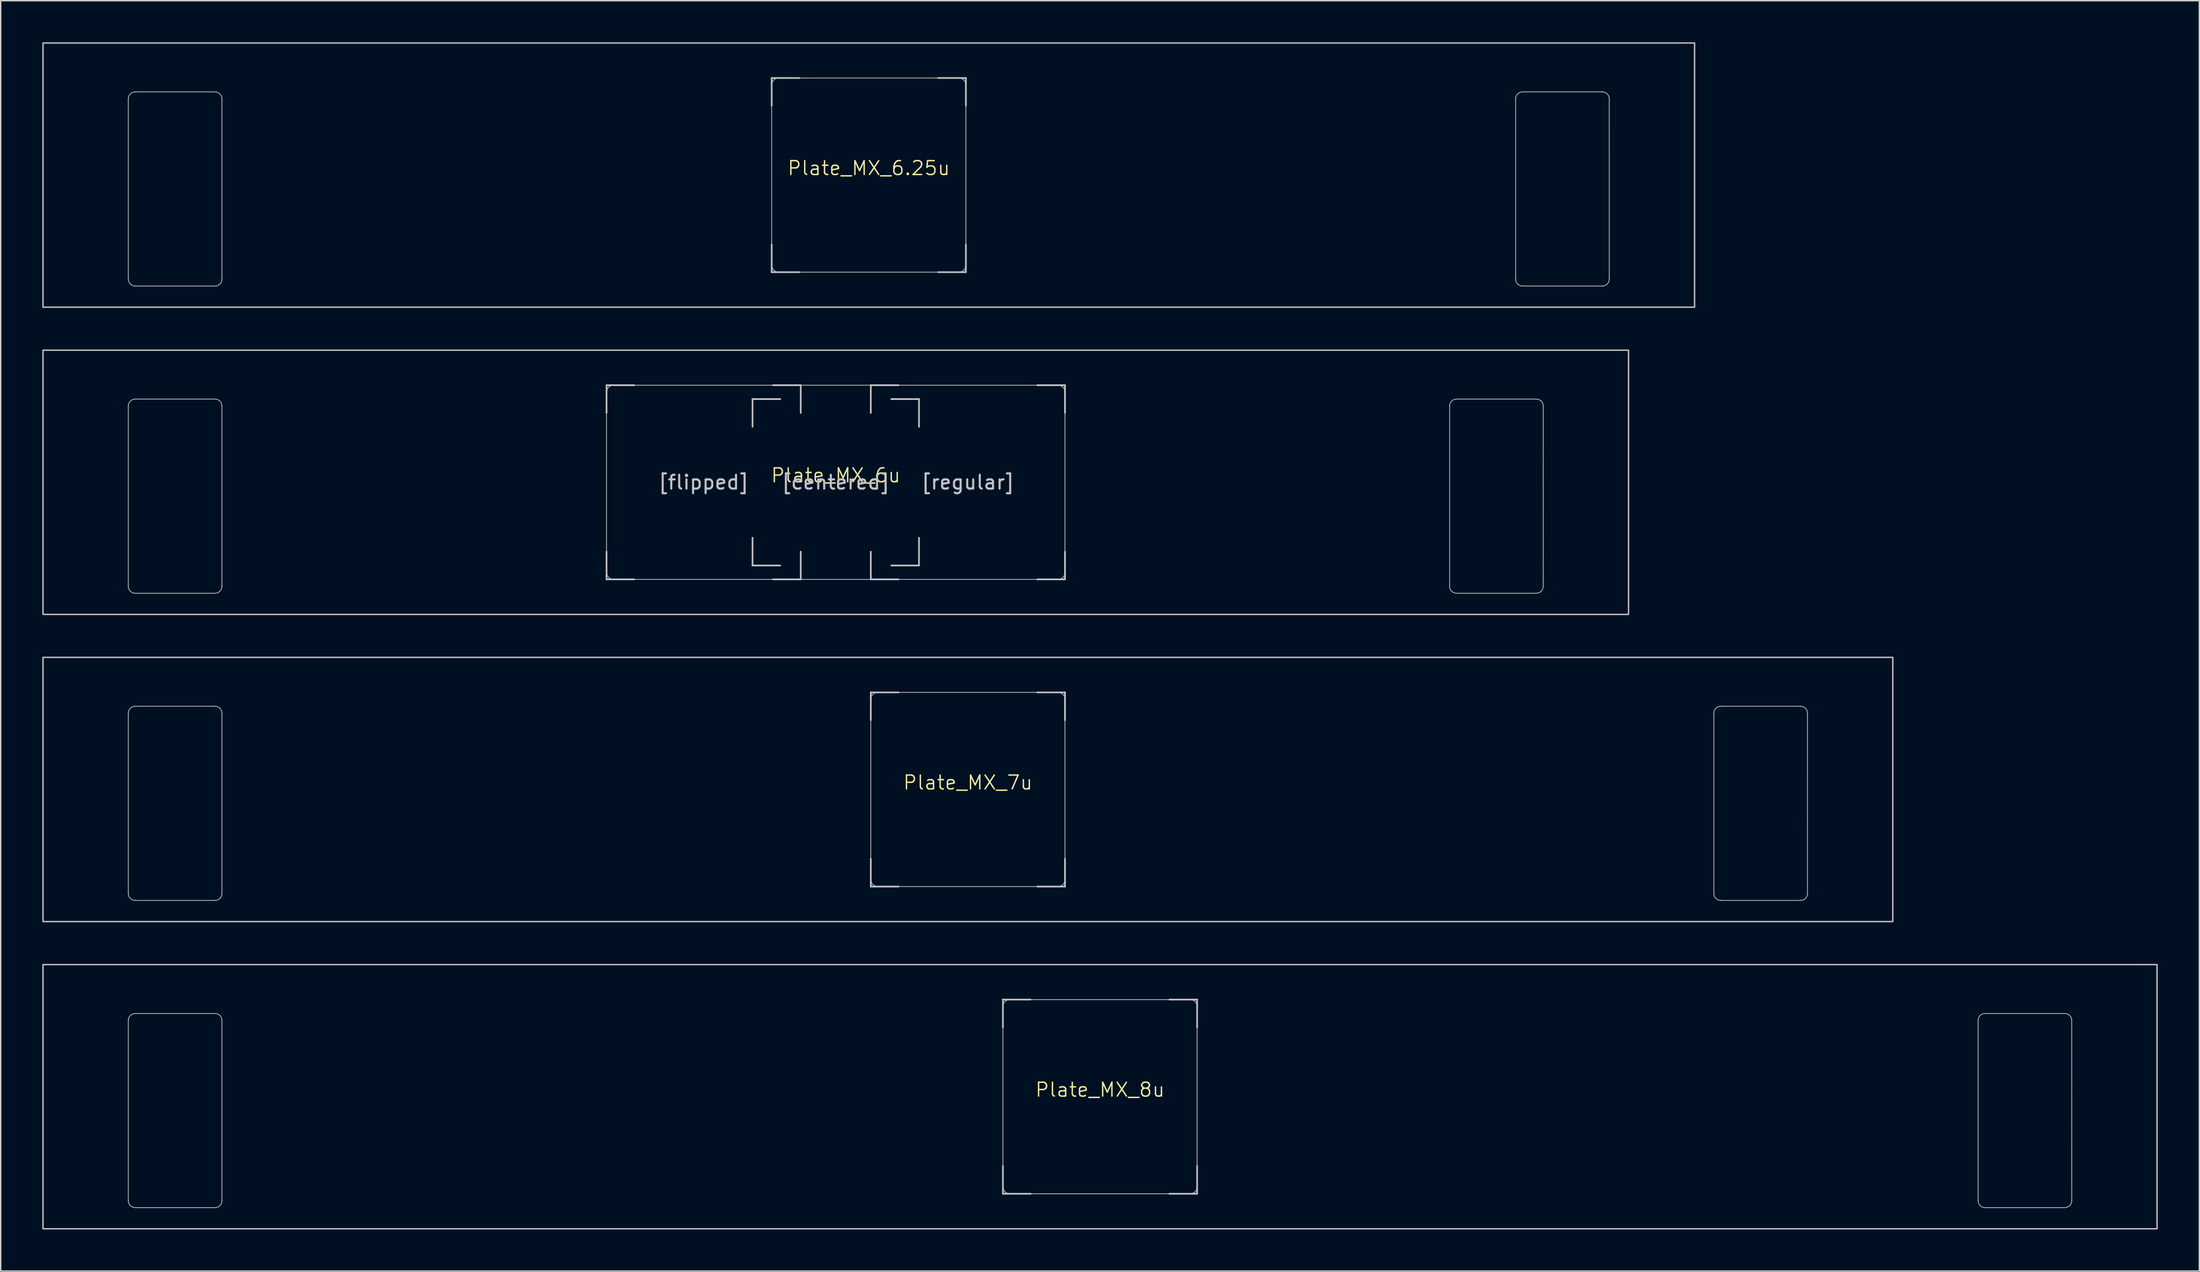
<source format=kicad_pcb>
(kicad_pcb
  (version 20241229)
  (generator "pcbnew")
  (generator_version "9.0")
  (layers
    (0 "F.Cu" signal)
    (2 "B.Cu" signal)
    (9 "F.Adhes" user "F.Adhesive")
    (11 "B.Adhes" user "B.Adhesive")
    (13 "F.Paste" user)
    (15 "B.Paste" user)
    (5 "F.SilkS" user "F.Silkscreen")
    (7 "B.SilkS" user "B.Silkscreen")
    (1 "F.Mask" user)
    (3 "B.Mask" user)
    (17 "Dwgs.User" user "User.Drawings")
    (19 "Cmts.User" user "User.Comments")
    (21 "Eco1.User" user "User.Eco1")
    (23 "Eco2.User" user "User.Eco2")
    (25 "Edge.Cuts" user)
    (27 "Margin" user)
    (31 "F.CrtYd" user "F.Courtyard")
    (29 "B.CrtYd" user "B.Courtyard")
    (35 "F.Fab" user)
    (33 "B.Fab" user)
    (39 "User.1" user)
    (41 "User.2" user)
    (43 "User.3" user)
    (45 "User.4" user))
  (footprint "Plate_MX_6u"
    (layer "F.Cu")
    (at 57.2 31.725)
    (property "Reference" "Plate_MX_6u" (at 0 -0.5 0) (unlocked yes) (layer "F.SilkS") (effects (font (size 1 1) (thickness 0.1))))
    (attr exclude_from_pos_files exclude_from_bom allow_missing_courtyard)
    (fp_line (start -16.525 -7) (end -14.525 -7) (stroke (width 0.12) (type solid)) (layer "Dwgs.User"))
    (fp_line (start -16.525 -5) (end -16.525 -7) (stroke (width 0.12) (type solid)) (layer "Dwgs.User"))
    (fp_line (start -16.525 7) (end -16.525 5) (stroke (width 0.12) (type solid)) (layer "Dwgs.User"))
    (fp_line (start -14.525 7) (end -16.525 7) (stroke (width 0.12) (type solid)) (layer "Dwgs.User"))
    (fp_line (start -6 -6) (end -4 -6) (stroke (width 0.12) (type solid)) (layer "Dwgs.User"))
    (fp_line (start -6 -4) (end -6 -6) (stroke (width 0.12) (type solid)) (layer "Dwgs.User"))
    (fp_line (start -6 6) (end -6 4) (stroke (width 0.12) (type solid)) (layer "Dwgs.User"))
    (fp_line (start -4.525 -7) (end -2.525 -7) (stroke (width 0.12) (type solid)) (layer "Dwgs.User"))
    (fp_line (start -4.525 7) (end -2.525 7) (stroke (width 0.12) (type solid)) (layer "Dwgs.User"))
    (fp_line (start -4 6) (end -6 6) (stroke (width 0.12) (type solid)) (layer "Dwgs.User"))
    (fp_line (start -2.525 -7) (end -2.525 -5) (stroke (width 0.12) (type solid)) (layer "Dwgs.User"))
    (fp_line (start -2.525 7) (end -2.525 5) (stroke (width 0.12) (type solid)) (layer "Dwgs.User"))
    (fp_line (start 2.525 -7) (end 4.525 -7) (stroke (width 0.12) (type solid)) (layer "Dwgs.User"))
    (fp_line (start 2.525 -5) (end 2.525 -7) (stroke (width 0.12) (type solid)) (layer "Dwgs.User"))
    (fp_line (start 2.525 7) (end 2.525 5) (stroke (width 0.12) (type solid)) (layer "Dwgs.User"))
    (fp_line (start 4 6) (end 6 6) (stroke (width 0.12) (type solid)) (layer "Dwgs.User"))
    (fp_line (start 4.525 7) (end 2.525 7) (stroke (width 0.12) (type solid)) (layer "Dwgs.User"))
    (fp_line (start 6 -6) (end 4 -6) (stroke (width 0.12) (type solid)) (layer "Dwgs.User"))
    (fp_line (start 6 -4) (end 6 -6) (stroke (width 0.12) (type solid)) (layer "Dwgs.User"))
    (fp_line (start 6 6) (end 6 4) (stroke (width 0.12) (type solid)) (layer "Dwgs.User"))
    (fp_line (start 14.525 -7) (end 16.525 -7) (stroke (width 0.12) (type solid)) (layer "Dwgs.User"))
    (fp_line (start 14.525 7) (end 16.525 7) (stroke (width 0.12) (type solid)) (layer "Dwgs.User"))
    (fp_line (start 16.525 -7) (end 16.525 -5) (stroke (width 0.12) (type solid)) (layer "Dwgs.User"))
    (fp_line (start 16.525 7) (end 16.525 5) (stroke (width 0.12) (type solid)) (layer "Dwgs.User"))
    (fp_rect (start -57.15 -9.525) (end 57.15 9.525) (stroke (width 0.1) (type solid)) (fill no) (layer "Dwgs.User"))
    (fp_line (start -51 -5.5) (end -51 7.5) (stroke (width 0.05) (type solid)) (layer "Edge.Cuts"))
    (fp_line (start -50.5 -6) (end -44.75 -6) (stroke (width 0.05) (type solid)) (layer "Edge.Cuts"))
    (fp_line (start -50.5 8) (end -44.75 8) (stroke (width 0.05) (type solid)) (layer "Edge.Cuts"))
    (fp_line (start -44.25 -5.5) (end -44.25 7.5) (stroke (width 0.05) (type solid)) (layer "Edge.Cuts"))
    (fp_line (start -16.525 -6.5) (end -16.525 6.5) (stroke (width 0.05) (type solid)) (layer "Edge.Cuts"))
    (fp_line (start -16.025 7) (end 16.025 7) (stroke (width 0.05) (type solid)) (layer "Edge.Cuts"))
    (fp_line (start 16.025 -7) (end -16.025 -7) (stroke (width 0.05) (type solid)) (layer "Edge.Cuts"))
    (fp_line (start 16.525 6.5) (end 16.525 -6.5) (stroke (width 0.05) (type solid)) (layer "Edge.Cuts"))
    (fp_line (start 44.251 -5.5) (end 44.251 7.5) (stroke (width 0.05) (type solid)) (layer "Edge.Cuts"))
    (fp_line (start 44.751 -6) (end 50.499 -6) (stroke (width 0.05) (type solid)) (layer "Edge.Cuts"))
    (fp_line (start 44.751 8) (end 50.501 8) (stroke (width 0.05) (type solid)) (layer "Edge.Cuts"))
    (fp_line (start 50.999 -5.5) (end 51.001 7.5) (stroke (width 0.05) (type solid)) (layer "Edge.Cuts"))
    (fp_arc (start -51 -5.499999) (mid -50.853553 -5.853552) (end -50.5 -5.999999) (stroke (width 0.05) (type solid)) (layer "Edge.Cuts"))
    (fp_arc (start -50.5 8.000001) (mid -50.853553 7.853554) (end -51 7.500001) (stroke (width 0.05) (type solid)) (layer "Edge.Cuts"))
    (fp_arc (start -44.75 -5.999999) (mid -44.396447 -5.853552) (end -44.25 -5.499999) (stroke (width 0.05) (type solid)) (layer "Edge.Cuts"))
    (fp_arc (start -44.25 7.500001) (mid -44.396447 7.853554) (end -44.75 8.000001) (stroke (width 0.05) (type solid)) (layer "Edge.Cuts"))
    (fp_arc (start -16.525 -6.5) (mid -16.378553 -6.853553) (end -16.025 -7) (stroke (width 0.05) (type solid)) (layer "Edge.Cuts"))
    (fp_arc (start -16.022236 6.998884) (mid -16.375789 6.852437) (end -16.522236 6.498884) (stroke (width 0.05) (type solid)) (layer "Edge.Cuts"))
    (fp_arc (start 16.025 -7) (mid 16.378553 -6.853553) (end 16.525 -6.5) (stroke (width 0.05) (type solid)) (layer "Edge.Cuts"))
    (fp_arc (start 16.525 6.5) (mid 16.378553 6.853553) (end 16.025 7) (stroke (width 0.05) (type solid)) (layer "Edge.Cuts"))
    (fp_arc (start 44.250605 -5.499999) (mid 44.397049 -5.853569) (end 44.750605 -5.999999) (stroke (width 0.05) (type solid)) (layer "Edge.Cuts"))
    (fp_arc (start 44.750605 8.000001) (mid 44.397045 7.853545) (end 44.250605 7.500001) (stroke (width 0.05) (type solid)) (layer "Edge.Cuts"))
    (fp_arc (start 50.499394 -5.999999) (mid 50.852954 -5.853543) (end 50.999394 -5.499999) (stroke (width 0.05) (type solid)) (layer "Edge.Cuts"))
    (fp_arc (start 51.000605 7.500001) (mid 50.854155 7.853538) (end 50.500605 8.000001) (stroke (width 0.05) (type solid)) (layer "Edge.Cuts"))
    (fp_text user "[centered]" (at 0 0 0) (layer "Dwgs.User") (effects (font (size 1 1) (thickness 0.15))))
    (fp_text user "[flipped]" (at -9.525 0 0) (layer "Dwgs.User") (effects (font (size 1 1) (thickness 0.15))))
    (fp_text user "[regular]" (at 9.525 0 0) (layer "Dwgs.User") (effects (font (size 1 1) (thickness 0.15)))))
  (footprint "Plate_MX_8u"
    (layer "F.Cu")
    (at 76.25 76.025)
    (property "Reference" "Plate_MX_8u" (at 0 -0.5 0) (unlocked yes) (layer "F.SilkS") (effects (font (size 1 1) (thickness 0.1))))
    (attr exclude_from_pos_files exclude_from_bom allow_missing_courtyard)
    (fp_line (start -7 -7) (end -5 -7) (stroke (width 0.12) (type solid)) (layer "Dwgs.User"))
    (fp_line (start -7 -5) (end -7 -7) (stroke (width 0.12) (type solid)) (layer "Dwgs.User"))
    (fp_line (start -7 7) (end -7 5) (stroke (width 0.12) (type solid)) (layer "Dwgs.User"))
    (fp_line (start -5 7) (end -7 7) (stroke (width 0.12) (type solid)) (layer "Dwgs.User"))
    (fp_line (start 5 -7) (end 7 -7) (stroke (width 0.12) (type solid)) (layer "Dwgs.User"))
    (fp_line (start 5 7) (end 7 7) (stroke (width 0.12) (type solid)) (layer "Dwgs.User"))
    (fp_line (start 7 -7) (end 7 -5) (stroke (width 0.12) (type solid)) (layer "Dwgs.User"))
    (fp_line (start 7 7) (end 7 5) (stroke (width 0.12) (type solid)) (layer "Dwgs.User"))
    (fp_rect (start -76.2 -9.525) (end 76.2 9.525) (stroke (width 0.1) (type solid)) (fill no) (layer "Dwgs.User"))
    (fp_line (start -70.05 -5.5) (end -70.05 7.5) (stroke (width 0.05) (type solid)) (layer "Edge.Cuts"))
    (fp_line (start -69.55 -6) (end -63.8 -6) (stroke (width 0.05) (type solid)) (layer "Edge.Cuts"))
    (fp_line (start -69.55 8) (end -63.8 8) (stroke (width 0.05) (type solid)) (layer "Edge.Cuts"))
    (fp_line (start -63.3 -5.5) (end -63.3 7.5) (stroke (width 0.05) (type solid)) (layer "Edge.Cuts"))
    (fp_line (start -7 -6.5) (end -7 6.5) (stroke (width 0.05) (type solid)) (layer "Edge.Cuts"))
    (fp_line (start -6.5 7) (end 6.5 7) (stroke (width 0.05) (type solid)) (layer "Edge.Cuts"))
    (fp_line (start 6.5 -7) (end -6.5 -7) (stroke (width 0.05) (type solid)) (layer "Edge.Cuts"))
    (fp_line (start 7 6.5) (end 7 -6.5) (stroke (width 0.05) (type solid)) (layer "Edge.Cuts"))
    (fp_line (start 63.301 -5.5) (end 63.301 7.5) (stroke (width 0.05) (type solid)) (layer "Edge.Cuts"))
    (fp_line (start 63.801 -6) (end 69.549 -6) (stroke (width 0.05) (type solid)) (layer "Edge.Cuts"))
    (fp_line (start 63.801 8) (end 69.551 8) (stroke (width 0.05) (type solid)) (layer "Edge.Cuts"))
    (fp_line (start 70.049 -5.5) (end 70.051 7.5) (stroke (width 0.05) (type solid)) (layer "Edge.Cuts"))
    (fp_arc (start -70.05 -5.499999) (mid -69.903553 -5.853552) (end -69.55 -5.999999) (stroke (width 0.05) (type solid)) (layer "Edge.Cuts"))
    (fp_arc (start -69.55 8.000001) (mid -69.903553 7.853554) (end -70.05 7.500001) (stroke (width 0.05) (type solid)) (layer "Edge.Cuts"))
    (fp_arc (start -63.8 -5.999999) (mid -63.446447 -5.853552) (end -63.3 -5.499999) (stroke (width 0.05) (type solid)) (layer "Edge.Cuts"))
    (fp_arc (start -63.3 7.500001) (mid -63.446447 7.853554) (end -63.8 8.000001) (stroke (width 0.05) (type solid)) (layer "Edge.Cuts"))
    (fp_arc (start -7 -6.5) (mid -6.853553 -6.853553) (end -6.5 -7) (stroke (width 0.05) (type solid)) (layer "Edge.Cuts"))
    (fp_arc (start -6.497236 6.998884) (mid -6.850789 6.852437) (end -6.997236 6.498884) (stroke (width 0.05) (type solid)) (layer "Edge.Cuts"))
    (fp_arc (start 6.5 -7) (mid 6.853554 -6.853554) (end 7 -6.5) (stroke (width 0.05) (type solid)) (layer "Edge.Cuts"))
    (fp_arc (start 7 6.5) (mid 6.853554 6.853554) (end 6.5 7) (stroke (width 0.05) (type solid)) (layer "Edge.Cuts"))
    (fp_arc (start 63.300605 -5.499999) (mid 63.447052 -5.853551) (end 63.800605 -5.999999) (stroke (width 0.05) (type solid)) (layer "Edge.Cuts"))
    (fp_arc (start 63.800605 8.000001) (mid 63.447048 7.853556) (end 63.300605 7.500001) (stroke (width 0.05) (type solid)) (layer "Edge.Cuts"))
    (fp_arc (start 69.549394 -5.999999) (mid 69.902951 -5.853554) (end 70.049394 -5.499999) (stroke (width 0.05) (type solid)) (layer "Edge.Cuts"))
    (fp_arc (start 70.050605 7.500001) (mid 69.904158 7.853556) (end 69.550605 8.000001) (stroke (width 0.05) (type solid)) (layer "Edge.Cuts")))
  (footprint "Plate_MX_7u"
    (layer "F.Cu")
    (at 66.725 53.875)
    (property "Reference" "Plate_MX_7u" (at 0 -0.5 0) (unlocked yes) (layer "F.SilkS") (effects (font (size 1 1) (thickness 0.1))))
    (attr exclude_from_pos_files exclude_from_bom allow_missing_courtyard)
    (fp_line (start -7 -7) (end -5 -7) (stroke (width 0.12) (type solid)) (layer "Dwgs.User"))
    (fp_line (start -7 -5) (end -7 -7) (stroke (width 0.12) (type solid)) (layer "Dwgs.User"))
    (fp_line (start -7 7) (end -7 5) (stroke (width 0.12) (type solid)) (layer "Dwgs.User"))
    (fp_line (start -5 7) (end -7 7) (stroke (width 0.12) (type solid)) (layer "Dwgs.User"))
    (fp_line (start 5 -7) (end 7 -7) (stroke (width 0.12) (type solid)) (layer "Dwgs.User"))
    (fp_line (start 5 7) (end 7 7) (stroke (width 0.12) (type solid)) (layer "Dwgs.User"))
    (fp_line (start 7 -7) (end 7 -5) (stroke (width 0.12) (type solid)) (layer "Dwgs.User"))
    (fp_line (start 7 7) (end 7 5) (stroke (width 0.12) (type solid)) (layer "Dwgs.User"))
    (fp_rect (start -66.675 -9.525) (end 66.675 9.525) (stroke (width 0.1) (type solid)) (fill no) (layer "Dwgs.User"))
    (fp_line (start -60.525 -5.5) (end -60.525 7.5) (stroke (width 0.05) (type solid)) (layer "Edge.Cuts"))
    (fp_line (start -60.025 -6) (end -54.275 -6) (stroke (width 0.05) (type solid)) (layer "Edge.Cuts"))
    (fp_line (start -60.025 8) (end -54.275 8) (stroke (width 0.05) (type solid)) (layer "Edge.Cuts"))
    (fp_line (start -53.775 -5.5) (end -53.775 7.5) (stroke (width 0.05) (type solid)) (layer "Edge.Cuts"))
    (fp_line (start -7 -6.5) (end -7 6.5) (stroke (width 0.05) (type solid)) (layer "Edge.Cuts"))
    (fp_line (start -6.5 7) (end 6.5 7) (stroke (width 0.05) (type solid)) (layer "Edge.Cuts"))
    (fp_line (start 6.5 -7) (end -6.5 -7) (stroke (width 0.05) (type solid)) (layer "Edge.Cuts"))
    (fp_line (start 7 6.5) (end 7 -6.5) (stroke (width 0.05) (type solid)) (layer "Edge.Cuts"))
    (fp_line (start 53.776 -5.5) (end 53.776 7.5) (stroke (width 0.05) (type solid)) (layer "Edge.Cuts"))
    (fp_line (start 54.276 -6) (end 60.024 -6) (stroke (width 0.05) (type solid)) (layer "Edge.Cuts"))
    (fp_line (start 54.276 8) (end 60.026 8) (stroke (width 0.05) (type solid)) (layer "Edge.Cuts"))
    (fp_line (start 60.524 -5.5) (end 60.526 7.5) (stroke (width 0.05) (type solid)) (layer "Edge.Cuts"))
    (fp_arc (start -60.525 -5.499999) (mid -60.378553 -5.853552) (end -60.025 -5.999999) (stroke (width 0.05) (type solid)) (layer "Edge.Cuts"))
    (fp_arc (start -60.025 8.000001) (mid -60.378553 7.853554) (end -60.525 7.500001) (stroke (width 0.05) (type solid)) (layer "Edge.Cuts"))
    (fp_arc (start -54.275 -5.999999) (mid -53.921447 -5.853552) (end -53.775 -5.499999) (stroke (width 0.05) (type solid)) (layer "Edge.Cuts"))
    (fp_arc (start -53.775 7.500001) (mid -53.921447 7.853554) (end -54.275 8.000001) (stroke (width 0.05) (type solid)) (layer "Edge.Cuts"))
    (fp_arc (start -7 -6.5) (mid -6.853553 -6.853553) (end -6.5 -7) (stroke (width 0.05) (type solid)) (layer "Edge.Cuts"))
    (fp_arc (start -6.497236 6.998884) (mid -6.850789 6.852437) (end -6.997236 6.498884) (stroke (width 0.05) (type solid)) (layer "Edge.Cuts"))
    (fp_arc (start 6.5 -7) (mid 6.853554 -6.853554) (end 7 -6.5) (stroke (width 0.05) (type solid)) (layer "Edge.Cuts"))
    (fp_arc (start 7 6.5) (mid 6.853554 6.853554) (end 6.5 7) (stroke (width 0.05) (type solid)) (layer "Edge.Cuts"))
    (fp_arc (start 53.775605 -5.499999) (mid 53.922049 -5.853569) (end 54.275605 -5.999999) (stroke (width 0.05) (type solid)) (layer "Edge.Cuts"))
    (fp_arc (start 54.275605 8.000001) (mid 53.922045 7.853545) (end 53.775605 7.500001) (stroke (width 0.05) (type solid)) (layer "Edge.Cuts"))
    (fp_arc (start 60.024394 -5.999999) (mid 60.377954 -5.853543) (end 60.524394 -5.499999) (stroke (width 0.05) (type solid)) (layer "Edge.Cuts"))
    (fp_arc (start 60.525605 7.500001) (mid 60.379155 7.853538) (end 60.025605 8.000001) (stroke (width 0.05) (type solid)) (layer "Edge.Cuts")))
  (footprint "Plate_MX_6.25u"
    (layer "F.Cu")
    (at 59.581 9.575)
    (property "Reference" "Plate_MX_6.25u" (at 0 -0.5 0) (unlocked yes) (layer "F.SilkS") (effects (font (size 1 1) (thickness 0.1))))
    (attr exclude_from_pos_files exclude_from_bom allow_missing_courtyard)
    (fp_line (start -7 -7) (end -5 -7) (stroke (width 0.12) (type solid)) (layer "Dwgs.User"))
    (fp_line (start -7 -5) (end -7 -7) (stroke (width 0.12) (type solid)) (layer "Dwgs.User"))
    (fp_line (start -7 7) (end -7 5) (stroke (width 0.12) (type solid)) (layer "Dwgs.User"))
    (fp_line (start -5 7) (end -7 7) (stroke (width 0.12) (type solid)) (layer "Dwgs.User"))
    (fp_line (start 5 -7) (end 7 -7) (stroke (width 0.12) (type solid)) (layer "Dwgs.User"))
    (fp_line (start 5 7) (end 7 7) (stroke (width 0.12) (type solid)) (layer "Dwgs.User"))
    (fp_line (start 7 -7) (end 7 -5) (stroke (width 0.12) (type solid)) (layer "Dwgs.User"))
    (fp_line (start 7 7) (end 7 5) (stroke (width 0.12) (type solid)) (layer "Dwgs.User"))
    (fp_rect (start -59.531 -9.525) (end 59.531 9.525) (stroke (width 0.1) (type solid)) (fill no) (layer "Dwgs.User"))
    (fp_line (start -53.381 -5.5) (end -53.381 7.5) (stroke (width 0.05) (type solid)) (layer "Edge.Cuts"))
    (fp_line (start -52.881 -6) (end -47.131 -6) (stroke (width 0.05) (type solid)) (layer "Edge.Cuts"))
    (fp_line (start -52.881 8) (end -47.131 8) (stroke (width 0.05) (type solid)) (layer "Edge.Cuts"))
    (fp_line (start -46.631 -5.5) (end -46.631 7.5) (stroke (width 0.05) (type solid)) (layer "Edge.Cuts"))
    (fp_line (start -7 -6.5) (end -7 6.5) (stroke (width 0.05) (type solid)) (layer "Edge.Cuts"))
    (fp_line (start -6.5 7) (end 6.5 7) (stroke (width 0.05) (type solid)) (layer "Edge.Cuts"))
    (fp_line (start 6.5 -7) (end -6.5 -7) (stroke (width 0.05) (type solid)) (layer "Edge.Cuts"))
    (fp_line (start 7 6.5) (end 7 -6.5) (stroke (width 0.05) (type solid)) (layer "Edge.Cuts"))
    (fp_line (start 46.632 -5.5) (end 46.632 7.5) (stroke (width 0.05) (type solid)) (layer "Edge.Cuts"))
    (fp_line (start 47.132 -6) (end 52.881 -6) (stroke (width 0.05) (type solid)) (layer "Edge.Cuts"))
    (fp_line (start 47.132 8) (end 52.882 8) (stroke (width 0.05) (type solid)) (layer "Edge.Cuts"))
    (fp_line (start 53.381 -5.5) (end 53.382 7.5) (stroke (width 0.05) (type solid)) (layer "Edge.Cuts"))
    (fp_arc (start -53.38125 -5.499999) (mid -53.234803 -5.853552) (end -52.88125 -5.999999) (stroke (width 0.05) (type solid)) (layer "Edge.Cuts"))
    (fp_arc (start -52.88125 8.000001) (mid -53.234803 7.853554) (end -53.38125 7.500001) (stroke (width 0.05) (type solid)) (layer "Edge.Cuts"))
    (fp_arc (start -47.13125 -5.999999) (mid -46.777697 -5.853552) (end -46.63125 -5.499999) (stroke (width 0.05) (type solid)) (layer "Edge.Cuts"))
    (fp_arc (start -46.63125 7.500001) (mid -46.777697 7.853554) (end -47.13125 8.000001) (stroke (width 0.05) (type solid)) (layer "Edge.Cuts"))
    (fp_arc (start -7 -6.5) (mid -6.853553 -6.853553) (end -6.5 -7) (stroke (width 0.05) (type solid)) (layer "Edge.Cuts"))
    (fp_arc (start -6.497236 6.998884) (mid -6.850789 6.852437) (end -6.997236 6.498884) (stroke (width 0.05) (type solid)) (layer "Edge.Cuts"))
    (fp_arc (start 6.5 -7) (mid 6.853554 -6.853554) (end 7 -6.5) (stroke (width 0.05) (type solid)) (layer "Edge.Cuts"))
    (fp_arc (start 7 6.5) (mid 6.853554 6.853554) (end 6.5 7) (stroke (width 0.05) (type solid)) (layer "Edge.Cuts"))
    (fp_arc (start 46.631855 -5.499999) (mid 46.778302 -5.853551) (end 47.131855 -5.999999) (stroke (width 0.05) (type solid)) (layer "Edge.Cuts"))
    (fp_arc (start 47.131855 8.000001) (mid 46.778327 7.853527) (end 46.631855 7.500001) (stroke (width 0.05) (type solid)) (layer "Edge.Cuts"))
    (fp_arc (start 52.880644 -5.999999) (mid 53.234172 -5.853525) (end 53.380644 -5.499999) (stroke (width 0.05) (type solid)) (layer "Edge.Cuts"))
    (fp_arc (start 53.381855 7.500001) (mid 53.235408 7.853556) (end 52.881855 8.000001) (stroke (width 0.05) (type solid)) (layer "Edge.Cuts")))
  (gr_rect
    (start -3 -3)
    (end 155.5 88.6)
    (stroke (width 0.1) (type default))
    (fill no)
    (layer "Edge.Cuts")))
</source>
